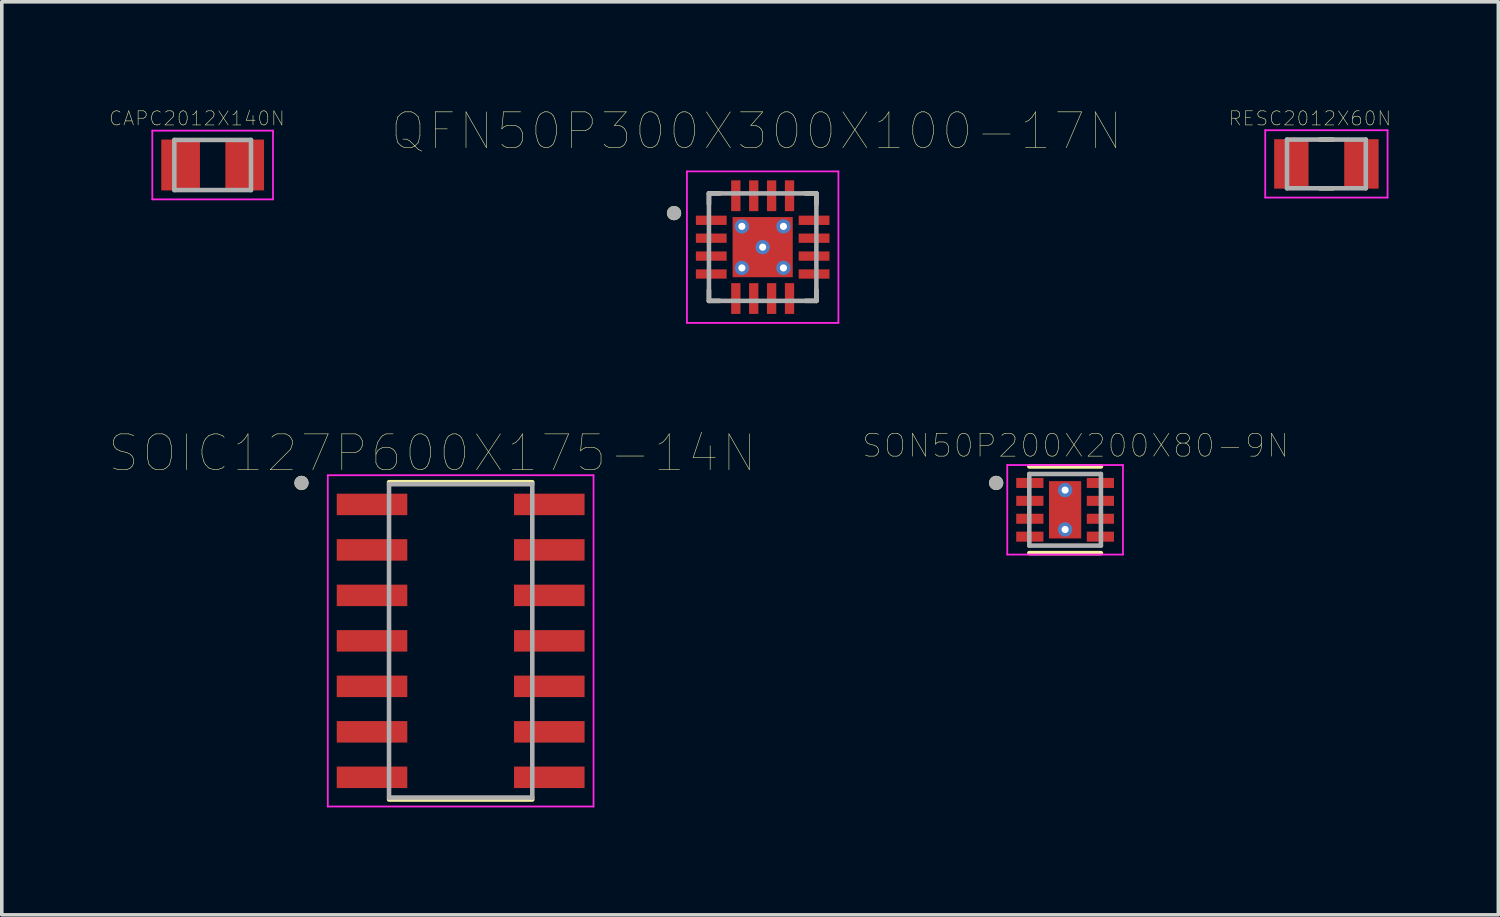
<source format=kicad_pcb>
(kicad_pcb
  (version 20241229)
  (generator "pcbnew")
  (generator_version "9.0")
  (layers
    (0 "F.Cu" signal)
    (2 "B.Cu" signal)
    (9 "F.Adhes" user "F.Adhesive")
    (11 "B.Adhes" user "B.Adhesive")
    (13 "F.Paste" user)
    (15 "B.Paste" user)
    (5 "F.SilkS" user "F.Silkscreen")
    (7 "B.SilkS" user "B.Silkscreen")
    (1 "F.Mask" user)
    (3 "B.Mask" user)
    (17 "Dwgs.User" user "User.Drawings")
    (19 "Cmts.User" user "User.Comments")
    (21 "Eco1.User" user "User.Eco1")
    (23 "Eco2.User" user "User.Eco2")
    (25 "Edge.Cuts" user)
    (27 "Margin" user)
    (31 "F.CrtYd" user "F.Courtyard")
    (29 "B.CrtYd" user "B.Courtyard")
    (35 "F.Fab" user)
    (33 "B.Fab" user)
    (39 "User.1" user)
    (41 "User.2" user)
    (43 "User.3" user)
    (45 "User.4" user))
  (footprint "CAPC2012X140N"
    (layer "F.Cu")
    (at 2.888 1.557)
    (property "Reference" "CAPC2012X140N" (at -0.44 -1.3 0) (layer "F.SilkS") (effects (font (size 0.394 0.394) (thickness 0.015))))
    (attr through_hole)
    (fp_line (start -1.685 -0.96) (end 1.685 -0.96) (stroke (width 0.05) (type solid)) (layer "F.CrtYd"))
    (fp_line (start -1.685 0.96) (end -1.685 -0.96) (stroke (width 0.05) (type solid)) (layer "F.CrtYd"))
    (fp_line (start -1.685 0.96) (end 1.685 0.96) (stroke (width 0.05) (type solid)) (layer "F.CrtYd"))
    (fp_line (start 1.685 0.96) (end 1.685 -0.96) (stroke (width 0.05) (type solid)) (layer "F.CrtYd"))
    (fp_line (start -1.07 0.7) (end -1.07 -0.7) (stroke (width 0.127) (type solid)) (layer "F.Fab"))
    (fp_line (start 1.07 -0.7) (end -1.07 -0.7) (stroke (width 0.127) (type solid)) (layer "F.Fab"))
    (fp_line (start 1.07 0.7) (end -1.07 0.7) (stroke (width 0.127) (type solid)) (layer "F.Fab"))
    (fp_line (start 1.07 0.7) (end 1.07 -0.7) (stroke (width 0.127) (type solid)) (layer "F.Fab"))
    (pad "1" smd rect (at -0.895 0) (size 1.08 1.42) (layers "F.Cu" "F.Mask" "F.Paste"))
    (pad "2" smd rect (at 0.895 0) (size 1.08 1.42) (layers "F.Cu" "F.Mask" "F.Paste")))
  (footprint "SON50P200X200X80-9N"
    (layer "F.Cu")
    (at 26.691 11.185)
    (property "Reference" "SON50P200X200X80-9N" (at 0.292 -1.793 0) (layer "F.SilkS") (effects (font (size 0.64 0.64) (thickness 0.015))))
    (attr through_hole)
    (fp_line (start -1 -1.21) (end 1 -1.21) (stroke (width 0.127) (type solid)) (layer "F.SilkS"))
    (fp_line (start -1 1.21) (end 1 1.21) (stroke (width 0.127) (type solid)) (layer "F.SilkS"))
    (fp_circle (center -1.925 -0.75) (end -1.825 -0.75) (stroke (width 0.2) (type solid)) (fill no) (layer "F.SilkS"))
    (fp_poly (pts (xy -0.284 -0.506) (xy 0.284 -0.506) (xy 0.284 0.506) (xy -0.284 0.506)) (stroke (width 0.01) (type solid)) (fill yes) (layer "F.Paste"))
    (fp_line (start -1.615 -1.25) (end -1.615 1.25) (stroke (width 0.05) (type solid)) (layer "F.CrtYd"))
    (fp_line (start -1.615 -1.25) (end 1.615 -1.25) (stroke (width 0.05) (type solid)) (layer "F.CrtYd"))
    (fp_line (start -1.615 1.25) (end 1.615 1.25) (stroke (width 0.05) (type solid)) (layer "F.CrtYd"))
    (fp_line (start 1.615 -1.25) (end 1.615 1.25) (stroke (width 0.05) (type solid)) (layer "F.CrtYd"))
    (fp_line (start -1 -1) (end -1 1) (stroke (width 0.127) (type solid)) (layer "F.Fab"))
    (fp_line (start -1 -1) (end 1 -1) (stroke (width 0.127) (type solid)) (layer "F.Fab"))
    (fp_line (start -1 1) (end 1 1) (stroke (width 0.127) (type solid)) (layer "F.Fab"))
    (fp_line (start 1 -1) (end 1 1) (stroke (width 0.127) (type solid)) (layer "F.Fab"))
    (fp_circle (center -1.925 -0.75) (end -1.825 -0.75) (stroke (width 0.2) (type solid)) (fill no) (layer "F.Fab"))
    (pad "1" smd rect (at -0.985 -0.75) (size 0.76 0.28) (layers "F.Cu" "F.Mask" "F.Paste"))
    (pad "2" smd rect (at -0.985 -0.25) (size 0.76 0.28) (layers "F.Cu" "F.Mask" "F.Paste"))
    (pad "3" smd rect (at -0.985 0.25) (size 0.76 0.28) (layers "F.Cu" "F.Mask" "F.Paste"))
    (pad "4" smd rect (at -0.985 0.75) (size 0.76 0.28) (layers "F.Cu" "F.Mask" "F.Paste"))
    (pad "5" smd rect (at 0.985 0.75) (size 0.76 0.28) (layers "F.Cu" "F.Mask" "F.Paste"))
    (pad "6" smd rect (at 0.985 0.25) (size 0.76 0.28) (layers "F.Cu" "F.Mask" "F.Paste"))
    (pad "7" smd rect (at 0.985 -0.25) (size 0.76 0.28) (layers "F.Cu" "F.Mask" "F.Paste"))
    (pad "8" smd rect (at 0.985 -0.75) (size 0.76 0.28) (layers "F.Cu" "F.Mask" "F.Paste"))
    (pad "9" smd rect (at 0 0) (size 0.9 1.6) (layers "F.Cu" "F.Mask"))
    (pad "10" thru_hole circle (at 0 -0.55) (size 0.4 0.4) (drill 0.2) (layers "*.Cu"))
    (pad "11" thru_hole circle (at 0 0.55) (size 0.4 0.4) (drill 0.2) (layers "*.Cu")))
  (footprint "QFN50P300X300X100-17N"
    (layer "F.Cu")
    (at 18.246 3.851)
    (property "Reference" "QFN50P300X300X100-17N" (at -0.165 -3.24 0) (layer "F.SilkS") (effects (font (size 1 1) (thickness 0.015))))
    (attr through_hole)
    (fp_line (start -1.5 -1.5) (end -1.5 -1.2) (stroke (width 0.127) (type solid)) (layer "F.SilkS"))
    (fp_line (start -1.5 -1.5) (end -1.2 -1.5) (stroke (width 0.127) (type solid)) (layer "F.SilkS"))
    (fp_line (start -1.5 1.5) (end -1.5 1.2) (stroke (width 0.127) (type solid)) (layer "F.SilkS"))
    (fp_line (start -1.5 1.5) (end -1.2 1.5) (stroke (width 0.127) (type solid)) (layer "F.SilkS"))
    (fp_line (start 1.5 -1.5) (end 1.2 -1.5) (stroke (width 0.127) (type solid)) (layer "F.SilkS"))
    (fp_line (start 1.5 -1.5) (end 1.5 -1.2) (stroke (width 0.127) (type solid)) (layer "F.SilkS"))
    (fp_line (start 1.5 1.5) (end 1.2 1.5) (stroke (width 0.127) (type solid)) (layer "F.SilkS"))
    (fp_line (start 1.5 1.5) (end 1.5 1.2) (stroke (width 0.127) (type solid)) (layer "F.SilkS"))
    (fp_circle (center -2.475 -0.95) (end -2.375 -0.95) (stroke (width 0.2) (type solid)) (fill no) (layer "F.SilkS"))
    (fp_poly (pts (xy -0.53 -0.53) (xy 0.53 -0.53) (xy 0.53 0.53) (xy -0.53 0.53)) (stroke (width 0.01) (type solid)) (fill yes) (layer "F.Paste"))
    (fp_line (start -2.115 -2.115) (end 2.115 -2.115) (stroke (width 0.05) (type solid)) (layer "F.CrtYd"))
    (fp_line (start -2.115 2.115) (end -2.115 -2.115) (stroke (width 0.05) (type solid)) (layer "F.CrtYd"))
    (fp_line (start -2.115 2.115) (end 2.115 2.115) (stroke (width 0.05) (type solid)) (layer "F.CrtYd"))
    (fp_line (start 2.115 2.115) (end 2.115 -2.115) (stroke (width 0.05) (type solid)) (layer "F.CrtYd"))
    (fp_line (start -1.5 1.5) (end -1.5 -1.5) (stroke (width 0.127) (type solid)) (layer "F.Fab"))
    (fp_line (start 1.5 -1.5) (end -1.5 -1.5) (stroke (width 0.127) (type solid)) (layer "F.Fab"))
    (fp_line (start 1.5 1.5) (end -1.5 1.5) (stroke (width 0.127) (type solid)) (layer "F.Fab"))
    (fp_line (start 1.5 1.5) (end 1.5 -1.5) (stroke (width 0.127) (type solid)) (layer "F.Fab"))
    (fp_circle (center -2.475 -0.95) (end -2.375 -0.95) (stroke (width 0.2) (type solid)) (fill no) (layer "F.Fab"))
    (pad "1" smd rect (at -1.435 -0.75) (size 0.86 0.26) (layers "F.Cu" "F.Mask" "F.Paste"))
    (pad "2" smd rect (at -1.435 -0.25) (size 0.86 0.26) (layers "F.Cu" "F.Mask" "F.Paste"))
    (pad "3" smd rect (at -1.435 0.25) (size 0.86 0.26) (layers "F.Cu" "F.Mask" "F.Paste"))
    (pad "4" smd rect (at -1.435 0.75) (size 0.86 0.26) (layers "F.Cu" "F.Mask" "F.Paste"))
    (pad "5" smd rect (at -0.75 1.435) (size 0.26 0.86) (layers "F.Cu" "F.Mask" "F.Paste"))
    (pad "6" smd rect (at -0.25 1.435) (size 0.26 0.86) (layers "F.Cu" "F.Mask" "F.Paste"))
    (pad "7" smd rect (at 0.25 1.435) (size 0.26 0.86) (layers "F.Cu" "F.Mask" "F.Paste"))
    (pad "8" smd rect (at 0.75 1.435) (size 0.26 0.86) (layers "F.Cu" "F.Mask" "F.Paste"))
    (pad "9" smd rect (at 1.435 0.75) (size 0.86 0.26) (layers "F.Cu" "F.Mask" "F.Paste"))
    (pad "10" smd rect (at 1.435 0.25) (size 0.86 0.26) (layers "F.Cu" "F.Mask" "F.Paste"))
    (pad "11" smd rect (at 1.435 -0.25) (size 0.86 0.26) (layers "F.Cu" "F.Mask" "F.Paste"))
    (pad "12" smd rect (at 1.435 -0.75) (size 0.86 0.26) (layers "F.Cu" "F.Mask" "F.Paste"))
    (pad "13" smd rect (at 0.75 -1.435) (size 0.26 0.86) (layers "F.Cu" "F.Mask" "F.Paste"))
    (pad "14" smd rect (at 0.25 -1.435) (size 0.26 0.86) (layers "F.Cu" "F.Mask" "F.Paste"))
    (pad "15" smd rect (at -0.25 -1.435) (size 0.26 0.86) (layers "F.Cu" "F.Mask" "F.Paste"))
    (pad "16" smd rect (at -0.75 -1.435) (size 0.26 0.86) (layers "F.Cu" "F.Mask" "F.Paste"))
    (pad "17" smd rect (at 0 0) (size 1.68 1.68) (layers "F.Cu" "F.Mask"))
    (pad "18" thru_hole circle (at 0 0) (size 0.4 0.4) (drill 0.2) (layers "*.Cu"))
    (pad "19" thru_hole circle (at -0.58 -0.58) (size 0.4 0.4) (drill 0.2) (layers "*.Cu"))
    (pad "20" thru_hole circle (at 0.58 -0.58) (size 0.4 0.4) (drill 0.2) (layers "*.Cu"))
    (pad "21" thru_hole circle (at -0.58 0.58) (size 0.4 0.4) (drill 0.2) (layers "*.Cu"))
    (pad "22" thru_hole circle (at 0.58 0.58) (size 0.4 0.4) (drill 0.2) (layers "*.Cu")))
  (footprint "RESC2012X60N"
    (layer "F.Cu")
    (at 33.987 1.527)
    (property "Reference" "RESC2012X60N" (at -0.46 -1.27 0) (layer "F.SilkS") (effects (font (size 0.394 0.394) (thickness 0.015))))
    (attr through_hole)
    (fp_line (start -0.18 -0.68) (end 0.18 -0.68) (stroke (width 0.127) (type solid)) (layer "F.SilkS"))
    (fp_line (start -0.18 0.68) (end 0.18 0.68) (stroke (width 0.127) (type solid)) (layer "F.SilkS"))
    (fp_line (start -1.708 -0.94) (end 1.708 -0.94) (stroke (width 0.05) (type solid)) (layer "F.CrtYd"))
    (fp_line (start -1.708 0.94) (end -1.708 -0.94) (stroke (width 0.05) (type solid)) (layer "F.CrtYd"))
    (fp_line (start -1.708 0.94) (end 1.708 0.94) (stroke (width 0.05) (type solid)) (layer "F.CrtYd"))
    (fp_line (start 1.708 0.94) (end 1.708 -0.94) (stroke (width 0.05) (type solid)) (layer "F.CrtYd"))
    (fp_line (start -1.1 0.68) (end -1.1 -0.68) (stroke (width 0.127) (type solid)) (layer "F.Fab"))
    (fp_line (start 1.1 -0.68) (end -1.1 -0.68) (stroke (width 0.127) (type solid)) (layer "F.Fab"))
    (fp_line (start 1.1 0.68) (end -1.1 0.68) (stroke (width 0.127) (type solid)) (layer "F.Fab"))
    (fp_line (start 1.1 0.68) (end 1.1 -0.68) (stroke (width 0.127) (type solid)) (layer "F.Fab"))
    (pad "1" smd rect (at -0.978 0) (size 0.96 1.38) (layers "F.Cu" "F.Mask" "F.Paste"))
    (pad "2" smd rect (at 0.978 0) (size 0.96 1.38) (layers "F.Cu" "F.Mask" "F.Paste")))
  (footprint "SOIC127P600X175-14N"
    (layer "F.Cu")
    (at 9.813 14.845)
    (property "Reference" "SOIC127P600X175-14N" (at -0.795 -5.242 0) (layer "F.SilkS") (effects (font (size 1 1) (thickness 0.015))))
    (attr through_hole)
    (fp_line (start -2 -4.43) (end 2 -4.43) (stroke (width 0.127) (type solid)) (layer "F.SilkS"))
    (fp_line (start -2 4.43) (end 2 4.43) (stroke (width 0.127) (type solid)) (layer "F.SilkS"))
    (fp_circle (center -4.445 -4.41) (end -4.345 -4.41) (stroke (width 0.2) (type solid)) (fill no) (layer "F.SilkS"))
    (fp_line (start -3.71 -4.625) (end -3.71 4.625) (stroke (width 0.05) (type solid)) (layer "F.CrtYd"))
    (fp_line (start -3.71 -4.625) (end 3.71 -4.625) (stroke (width 0.05) (type solid)) (layer "F.CrtYd"))
    (fp_line (start -3.71 4.625) (end 3.71 4.625) (stroke (width 0.05) (type solid)) (layer "F.CrtYd"))
    (fp_line (start 3.71 -4.625) (end 3.71 4.625) (stroke (width 0.05) (type solid)) (layer "F.CrtYd"))
    (fp_line (start -2 -4.375) (end -2 4.375) (stroke (width 0.127) (type solid)) (layer "F.Fab"))
    (fp_line (start -2 -4.375) (end 2 -4.375) (stroke (width 0.127) (type solid)) (layer "F.Fab"))
    (fp_line (start -2 4.375) (end 2 4.375) (stroke (width 0.127) (type solid)) (layer "F.Fab"))
    (fp_line (start 2 -4.375) (end 2 4.375) (stroke (width 0.127) (type solid)) (layer "F.Fab"))
    (fp_circle (center -4.445 -4.41) (end -4.345 -4.41) (stroke (width 0.2) (type solid)) (fill no) (layer "F.Fab"))
    (pad "1" smd rect (at -2.475 -3.81) (size 1.97 0.6) (layers "F.Cu" "F.Mask" "F.Paste"))
    (pad "2" smd rect (at -2.475 -2.54) (size 1.97 0.6) (layers "F.Cu" "F.Mask" "F.Paste"))
    (pad "3" smd rect (at -2.475 -1.27) (size 1.97 0.6) (layers "F.Cu" "F.Mask" "F.Paste"))
    (pad "4" smd rect (at -2.475 0) (size 1.97 0.6) (layers "F.Cu" "F.Mask" "F.Paste"))
    (pad "5" smd rect (at -2.475 1.27) (size 1.97 0.6) (layers "F.Cu" "F.Mask" "F.Paste"))
    (pad "6" smd rect (at -2.475 2.54) (size 1.97 0.6) (layers "F.Cu" "F.Mask" "F.Paste"))
    (pad "7" smd rect (at -2.475 3.81) (size 1.97 0.6) (layers "F.Cu" "F.Mask" "F.Paste"))
    (pad "8" smd rect (at 2.475 3.81) (size 1.97 0.6) (layers "F.Cu" "F.Mask" "F.Paste"))
    (pad "9" smd rect (at 2.475 2.54) (size 1.97 0.6) (layers "F.Cu" "F.Mask" "F.Paste"))
    (pad "10" smd rect (at 2.475 1.27) (size 1.97 0.6) (layers "F.Cu" "F.Mask" "F.Paste"))
    (pad "11" smd rect (at 2.475 0) (size 1.97 0.6) (layers "F.Cu" "F.Mask" "F.Paste"))
    (pad "12" smd rect (at 2.475 -1.27) (size 1.97 0.6) (layers "F.Cu" "F.Mask" "F.Paste"))
    (pad "13" smd rect (at 2.475 -2.54) (size 1.97 0.6) (layers "F.Cu" "F.Mask" "F.Paste"))
    (pad "14" smd rect (at 2.475 -3.81) (size 1.97 0.6) (layers "F.Cu" "F.Mask" "F.Paste")))
  (gr_rect
    (start -3 -3)
    (end 38.788 22.495)
    (stroke (width 0.1) (type default))
    (fill no)
    (layer "Edge.Cuts")))
</source>
